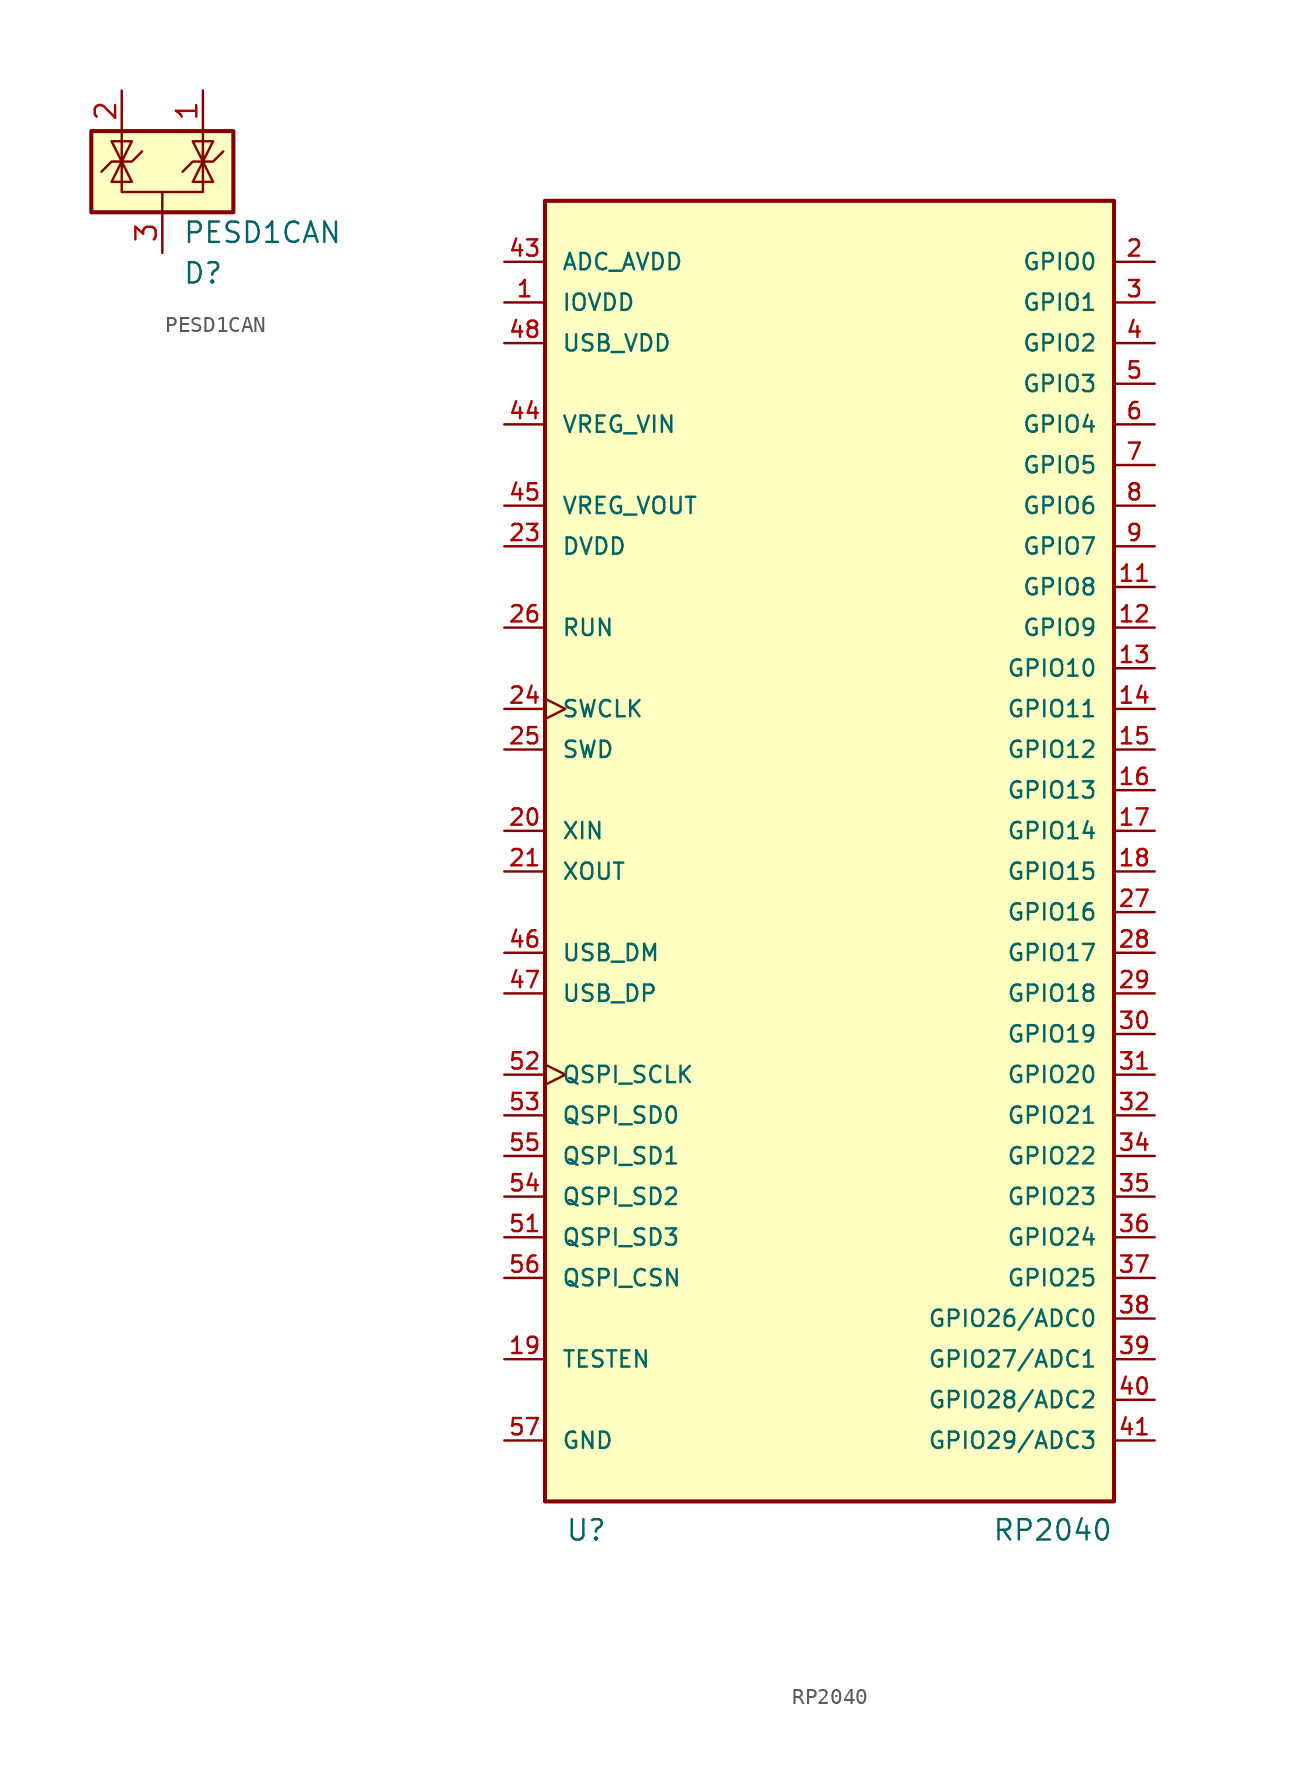
<source format=kicad_sym>
(kicad_symbol_lib
  (version 20211014)
  (generator kicad_symbol_editor)
  (symbol "PESD1CAN"
    (pin_names hide)
    (property "Reference" "D"
      (at 1.27 -6.35 0)
      (effects (font (size 1.27 1.27)) (justify left)))
    (property "Value" "PESD1CAN"
      (at 1.27 -3.81 0)
      (effects (font (size 1.27 1.27)) (justify left)))
    (symbol "PESD1CAN_0_0"
      (pin passive line (at 0 -5.08 90) (length 2.54) (name "A" (effects (font (size 1.27 1.27)))) (number "3" (effects (font (size 1.27 1.27))))))
    (symbol "PESD1CAN_0_1"
      (rectangle (start -4.445 -2.54) (end 4.445 2.54) (stroke (width 0.254) (type default) (color 0 0 0 0)) (fill (type background)))
      (polyline (pts (xy -2.54 2.54) (xy -2.54 0.635)) (stroke (width 0) (type default) (color 0 0 0 0)) (fill (type none)))
      (polyline (pts (xy 0 -1.27) (xy 0 -2.54)) (stroke (width 0) (type default) (color 0 0 0 0)) (fill (type none)))
      (polyline (pts (xy 2.54 2.54) (xy 2.54 0.635)) (stroke (width 0) (type default) (color 0 0 0 0)) (fill (type none)))
      (polyline (pts (xy -2.54 0.635) (xy -3.175 1.905) (xy -1.905 1.905) (xy -2.54 0.635)) (stroke (width 0) (type default) (color 0 0 0 0)) (fill (type none)))
      (polyline (pts (xy -2.54 0.635) (xy -1.905 -0.635) (xy -3.175 -0.635) (xy -2.54 0.635)) (stroke (width 0) (type default) (color 0 0 0 0)) (fill (type none)))
      (polyline (pts (xy 2.54 0.635) (xy 1.905 -0.635) (xy 3.175 -0.635) (xy 2.54 0.635)) (stroke (width 0) (type default) (color 0 0 0 0)) (fill (type none)))
      (polyline (pts (xy 2.54 0.635) (xy 2.54 -1.27) (xy -2.54 -1.27) (xy -2.54 0.635)) (stroke (width 0) (type default) (color 0 0 0 0)) (fill (type none)))
      (polyline (pts (xy 3.81 1.27) (xy 3.175 0.635) (xy 1.905 0.635) (xy 1.27 0)) (stroke (width 0) (type default) (color 0 0 0 0)) (fill (type none)))
      (polyline (pts (xy -1.27 1.27) (xy -1.905 0.635) (xy -2.54 0.635) (xy -3.175 0.635) (xy -3.81 0)) (stroke (width 0) (type default) (color 0 0 0 0)) (fill (type none)))
      (polyline (pts (xy 2.54 0.635) (xy 3.175 1.905) (xy 1.905 1.905) (xy 2.54 0.635) (xy 2.54 1.27)) (stroke (width 0) (type default) (color 0 0 0 0)) (fill (type none))))
    (symbol "PESD1CAN_1_1"
      (pin passive line (at 2.54 5.08 270) (length 2.54) (name "K" (effects (font (size 1.27 1.27)))) (number "1" (effects (font (size 1.27 1.27)))))
      (pin passive line (at -2.54 5.08 270) (length 2.54) (name "K" (effects (font (size 1.27 1.27)))) (number "2" (effects (font (size 1.27 1.27)))))))
  (symbol "RP2040"
    (pin_names
      (offset 1.016))
    (property "Reference" "U"
      (at -16.51 -35.56 0)
      (effects (font (size 1.27 1.27)) (justify left bottom)))
    (property "Value" "RP2040"
      (at 10.16 -35.56 0)
      (effects (font (size 1.27 1.27)) (justify left bottom)))
    (symbol "RP2040_0_0"
      (rectangle (start -17.78 48.26) (end 17.78 -33.02) (stroke (width 0.254) (type default) (color 0 0 0 0)) (fill (type background)))
      (pin power_in line (at -20.32 41.91 0) (length 2.54) (name "IOVDD" (effects (font (size 1.016 1.016)))) (number "1" (effects (font (size 1.016 1.016)))))
      (pin power_in line (at -20.32 41.91 0) (length 2.54) hide (name "IOVDD" (effects (font (size 1.016 1.016)))) (number "10" (effects (font (size 1.016 1.016)))))
      (pin bidirectional line (at 20.32 24.13 180) (length 2.54) (name "GPIO8" (effects (font (size 1.016 1.016)))) (number "11" (effects (font (size 1.016 1.016)))))
      (pin bidirectional line (at 20.32 21.59 180) (length 2.54) (name "GPIO9" (effects (font (size 1.016 1.016)))) (number "12" (effects (font (size 1.016 1.016)))))
      (pin bidirectional line (at 20.32 19.05 180) (length 2.54) (name "GPIO10" (effects (font (size 1.016 1.016)))) (number "13" (effects (font (size 1.016 1.016)))))
      (pin bidirectional line (at 20.32 16.51 180) (length 2.54) (name "GPIO11" (effects (font (size 1.016 1.016)))) (number "14" (effects (font (size 1.016 1.016)))))
      (pin bidirectional line (at 20.32 13.97 180) (length 2.54) (name "GPIO12" (effects (font (size 1.016 1.016)))) (number "15" (effects (font (size 1.016 1.016)))))
      (pin bidirectional line (at 20.32 11.43 180) (length 2.54) (name "GPIO13" (effects (font (size 1.016 1.016)))) (number "16" (effects (font (size 1.016 1.016)))))
      (pin bidirectional line (at 20.32 8.89 180) (length 2.54) (name "GPIO14" (effects (font (size 1.016 1.016)))) (number "17" (effects (font (size 1.016 1.016)))))
      (pin bidirectional line (at 20.32 6.35 180) (length 2.54) (name "GPIO15" (effects (font (size 1.016 1.016)))) (number "18" (effects (font (size 1.016 1.016)))))
      (pin passive line (at -20.32 -24.13 0) (length 2.54) (name "TESTEN" (effects (font (size 1.016 1.016)))) (number "19" (effects (font (size 1.016 1.016)))))
      (pin bidirectional line (at 20.32 44.45 180) (length 2.54) (name "GPIO0" (effects (font (size 1.016 1.016)))) (number "2" (effects (font (size 1.016 1.016)))))
      (pin input line (at -20.32 8.89 0) (length 2.54) (name "XIN" (effects (font (size 1.016 1.016)))) (number "20" (effects (font (size 1.016 1.016)))))
      (pin output line (at -20.32 6.35 0) (length 2.54) (name "XOUT" (effects (font (size 1.016 1.016)))) (number "21" (effects (font (size 1.016 1.016)))))
      (pin power_in line (at -20.32 41.91 0) (length 2.54) hide (name "IOVDD" (effects (font (size 1.016 1.016)))) (number "22" (effects (font (size 1.016 1.016)))))
      (pin power_in line (at -20.32 26.67 0) (length 2.54) (name "DVDD" (effects (font (size 1.016 1.016)))) (number "23" (effects (font (size 1.016 1.016)))))
      (pin input clock (at -20.32 16.51 0) (length 2.54) (name "SWCLK" (effects (font (size 1.016 1.016)))) (number "24" (effects (font (size 1.016 1.016)))))
      (pin bidirectional line (at -20.32 13.97 0) (length 2.54) (name "SWD" (effects (font (size 1.016 1.016)))) (number "25" (effects (font (size 1.016 1.016)))))
      (pin input line (at -20.32 21.59 0) (length 2.54) (name "RUN" (effects (font (size 1.016 1.016)))) (number "26" (effects (font (size 1.016 1.016)))))
      (pin bidirectional line (at 20.32 3.81 180) (length 2.54) (name "GPIO16" (effects (font (size 1.016 1.016)))) (number "27" (effects (font (size 1.016 1.016)))))
      (pin bidirectional line (at 20.32 1.27 180) (length 2.54) (name "GPIO17" (effects (font (size 1.016 1.016)))) (number "28" (effects (font (size 1.016 1.016)))))
      (pin bidirectional line (at 20.32 -1.27 180) (length 2.54) (name "GPIO18" (effects (font (size 1.016 1.016)))) (number "29" (effects (font (size 1.016 1.016)))))
      (pin bidirectional line (at 20.32 41.91 180) (length 2.54) (name "GPIO1" (effects (font (size 1.016 1.016)))) (number "3" (effects (font (size 1.016 1.016)))))
      (pin bidirectional line (at 20.32 -3.81 180) (length 2.54) (name "GPIO19" (effects (font (size 1.016 1.016)))) (number "30" (effects (font (size 1.016 1.016)))))
      (pin bidirectional line (at 20.32 -6.35 180) (length 2.54) (name "GPIO20" (effects (font (size 1.016 1.016)))) (number "31" (effects (font (size 1.016 1.016)))))
      (pin bidirectional line (at 20.32 -8.89 180) (length 2.54) (name "GPIO21" (effects (font (size 1.016 1.016)))) (number "32" (effects (font (size 1.016 1.016)))))
      (pin power_in line (at -20.32 41.91 0) (length 2.54) hide (name "IOVDD" (effects (font (size 1.016 1.016)))) (number "33" (effects (font (size 1.016 1.016)))))
      (pin bidirectional line (at 20.32 -11.43 180) (length 2.54) (name "GPIO22" (effects (font (size 1.016 1.016)))) (number "34" (effects (font (size 1.016 1.016)))))
      (pin bidirectional line (at 20.32 -13.97 180) (length 2.54) (name "GPIO23" (effects (font (size 1.016 1.016)))) (number "35" (effects (font (size 1.016 1.016)))))
      (pin bidirectional line (at 20.32 -16.51 180) (length 2.54) (name "GPIO24" (effects (font (size 1.016 1.016)))) (number "36" (effects (font (size 1.016 1.016)))))
      (pin bidirectional line (at 20.32 -19.05 180) (length 2.54) (name "GPIO25" (effects (font (size 1.016 1.016)))) (number "37" (effects (font (size 1.016 1.016)))))
      (pin bidirectional line (at 20.32 -21.59 180) (length 2.54) (name "GPIO26/ADC0" (effects (font (size 1.016 1.016)))) (number "38" (effects (font (size 1.016 1.016)))))
      (pin bidirectional line (at 20.32 -24.13 180) (length 2.54) (name "GPIO27/ADC1" (effects (font (size 1.016 1.016)))) (number "39" (effects (font (size 1.016 1.016)))))
      (pin bidirectional line (at 20.32 39.37 180) (length 2.54) (name "GPIO2" (effects (font (size 1.016 1.016)))) (number "4" (effects (font (size 1.016 1.016)))))
      (pin bidirectional line (at 20.32 -26.67 180) (length 2.54) (name "GPIO28/ADC2" (effects (font (size 1.016 1.016)))) (number "40" (effects (font (size 1.016 1.016)))))
      (pin bidirectional line (at 20.32 -29.21 180) (length 2.54) (name "GPIO29/ADC3" (effects (font (size 1.016 1.016)))) (number "41" (effects (font (size 1.016 1.016)))))
      (pin power_in line (at -20.32 41.91 0) (length 2.54) hide (name "IOVDD" (effects (font (size 1.016 1.016)))) (number "42" (effects (font (size 1.016 1.016)))))
      (pin power_in line (at -20.32 44.45 0) (length 2.54) (name "ADC_AVDD" (effects (font (size 1.016 1.016)))) (number "43" (effects (font (size 1.016 1.016)))))
      (pin power_in line (at -20.32 34.29 0) (length 2.54) (name "VREG_VIN" (effects (font (size 1.016 1.016)))) (number "44" (effects (font (size 1.016 1.016)))))
      (pin power_out line (at -20.32 29.21 0) (length 2.54) (name "VREG_VOUT" (effects (font (size 1.016 1.016)))) (number "45" (effects (font (size 1.016 1.016)))))
      (pin bidirectional line (at -20.32 1.27 0) (length 2.54) (name "USB_DM" (effects (font (size 1.016 1.016)))) (number "46" (effects (font (size 1.016 1.016)))))
      (pin bidirectional line (at -20.32 -1.27 0) (length 2.54) (name "USB_DP" (effects (font (size 1.016 1.016)))) (number "47" (effects (font (size 1.016 1.016)))))
      (pin power_in line (at -20.32 39.37 0) (length 2.54) (name "USB_VDD" (effects (font (size 1.016 1.016)))) (number "48" (effects (font (size 1.016 1.016)))))
      (pin power_in line (at -20.32 41.91 0) (length 2.54) hide (name "IOVDD" (effects (font (size 1.016 1.016)))) (number "49" (effects (font (size 1.016 1.016)))))
      (pin bidirectional line (at 20.32 36.83 180) (length 2.54) (name "GPIO3" (effects (font (size 1.016 1.016)))) (number "5" (effects (font (size 1.016 1.016)))))
      (pin power_in line (at -20.32 26.67 0) (length 2.54) hide (name "DVDD" (effects (font (size 1.016 1.016)))) (number "50" (effects (font (size 1.016 1.016)))))
      (pin bidirectional line (at -20.32 -16.51 0) (length 2.54) (name "QSPI_SD3" (effects (font (size 1.016 1.016)))) (number "51" (effects (font (size 1.016 1.016)))))
      (pin bidirectional clock (at -20.32 -6.35 0) (length 2.54) (name "QSPI_SCLK" (effects (font (size 1.016 1.016)))) (number "52" (effects (font (size 1.016 1.016)))))
      (pin bidirectional line (at -20.32 -8.89 0) (length 2.54) (name "QSPI_SD0" (effects (font (size 1.016 1.016)))) (number "53" (effects (font (size 1.016 1.016)))))
      (pin bidirectional line (at -20.32 -13.97 0) (length 2.54) (name "QSPI_SD2" (effects (font (size 1.016 1.016)))) (number "54" (effects (font (size 1.016 1.016)))))
      (pin bidirectional line (at -20.32 -11.43 0) (length 2.54) (name "QSPI_SD1" (effects (font (size 1.016 1.016)))) (number "55" (effects (font (size 1.016 1.016)))))
      (pin bidirectional line (at -20.32 -19.05 0) (length 2.54) (name "QSPI_CSN" (effects (font (size 1.016 1.016)))) (number "56" (effects (font (size 1.016 1.016)))))
      (pin power_in line (at -20.32 -29.21 0) (length 2.54) (name "GND" (effects (font (size 1.016 1.016)))) (number "57" (effects (font (size 1.016 1.016)))))
      (pin bidirectional line (at 20.32 34.29 180) (length 2.54) (name "GPIO4" (effects (font (size 1.016 1.016)))) (number "6" (effects (font (size 1.016 1.016)))))
      (pin bidirectional line (at 20.32 31.75 180) (length 2.54) (name "GPIO5" (effects (font (size 1.016 1.016)))) (number "7" (effects (font (size 1.016 1.016)))))
      (pin bidirectional line (at 20.32 29.21 180) (length 2.54) (name "GPIO6" (effects (font (size 1.016 1.016)))) (number "8" (effects (font (size 1.016 1.016)))))
      (pin bidirectional line (at 20.32 26.67 180) (length 2.54) (name "GPIO7" (effects (font (size 1.016 1.016)))) (number "9" (effects (font (size 1.016 1.016))))))))
</source>
